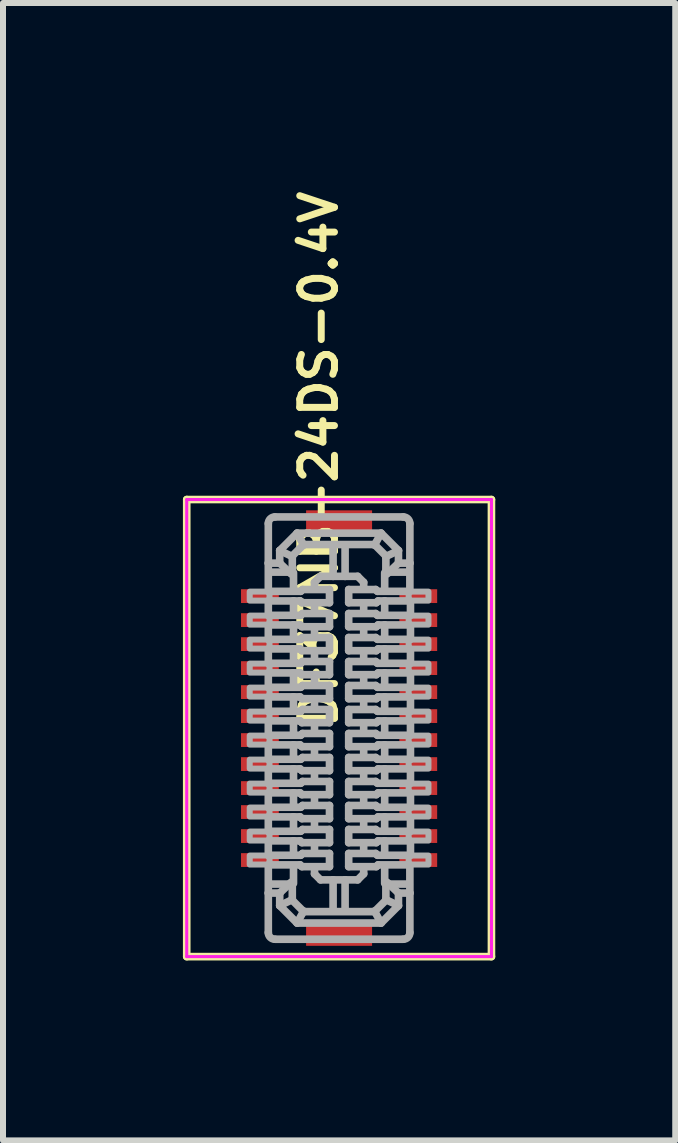
<source format=kicad_pcb>
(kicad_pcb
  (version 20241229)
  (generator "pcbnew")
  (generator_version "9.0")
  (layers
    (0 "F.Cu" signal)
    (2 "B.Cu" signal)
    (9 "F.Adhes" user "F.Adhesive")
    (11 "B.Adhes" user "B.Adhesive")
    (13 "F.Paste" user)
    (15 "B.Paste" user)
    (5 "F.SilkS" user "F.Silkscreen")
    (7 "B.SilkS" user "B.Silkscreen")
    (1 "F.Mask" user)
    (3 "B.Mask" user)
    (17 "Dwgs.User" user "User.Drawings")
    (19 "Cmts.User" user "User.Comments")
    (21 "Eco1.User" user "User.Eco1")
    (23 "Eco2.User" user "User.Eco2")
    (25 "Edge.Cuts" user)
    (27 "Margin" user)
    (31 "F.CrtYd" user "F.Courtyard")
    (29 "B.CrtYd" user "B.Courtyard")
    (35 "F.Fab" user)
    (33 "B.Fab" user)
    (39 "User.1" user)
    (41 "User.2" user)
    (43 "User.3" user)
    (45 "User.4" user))
  (footprint "DF37NB-24DS-0.4V"
    (layer "F.Cu")
    (at 2.603 9.088)
    (property "Reference" "DF37NB-24DS-0.4V" (at 0 0.051 270) (layer "F.SilkS") (effects (font (size 0.579 0.579) (thickness 0.116)) (justify left bottom)))
    (attr through_hole)
    (fp_line (start -2.54 -3.81) (end 2.54 -3.81) (stroke (width 0.127) (type solid)) (layer "F.SilkS"))
    (fp_line (start -2.54 3.81) (end -2.54 -3.81) (stroke (width 0.127) (type solid)) (layer "F.SilkS"))
    (fp_line (start 2.54 -3.81) (end 2.54 3.81) (stroke (width 0.127) (type solid)) (layer "F.SilkS"))
    (fp_line (start 2.54 3.81) (end -2.54 3.81) (stroke (width 0.127) (type solid)) (layer "F.SilkS"))
    (fp_line (start -2.54 -3.81) (end 2.54 -3.81) (stroke (width 0.051) (type solid)) (layer "F.CrtYd"))
    (fp_line (start -2.54 3.81) (end -2.54 -3.81) (stroke (width 0.051) (type solid)) (layer "F.CrtYd"))
    (fp_line (start 2.54 -3.81) (end 2.54 3.81) (stroke (width 0.051) (type solid)) (layer "F.CrtYd"))
    (fp_line (start 2.54 3.81) (end -2.54 3.81) (stroke (width 0.051) (type solid)) (layer "F.CrtYd"))
    (fp_line (start -1.18 -2.75) (end -1.18 -3.41) (stroke (width 0.127) (type solid)) (layer "F.Fab"))
    (fp_line (start -1.18 -2.75) (end -0.99 -2.75) (stroke (width 0.127) (type solid)) (layer "F.Fab"))
    (fp_line (start -1.18 -2.32) (end -1.18 -2.75) (stroke (width 0.127) (type solid)) (layer "F.Fab"))
    (fp_line (start -1.18 -2.28) (end -0.64 -2.28) (stroke (width 0.127) (type solid)) (layer "F.Fab"))
    (fp_line (start -1.18 -2.11) (end -1.18 -1.88) (stroke (width 0.127) (type solid)) (layer "F.Fab"))
    (fp_line (start -1.18 -1.88) (end -0.64 -1.88) (stroke (width 0.127) (type solid)) (layer "F.Fab"))
    (fp_line (start -1.18 -1.71) (end -1.18 -1.48) (stroke (width 0.127) (type solid)) (layer "F.Fab"))
    (fp_line (start -1.18 -1.48) (end -0.64 -1.48) (stroke (width 0.127) (type solid)) (layer "F.Fab"))
    (fp_line (start -1.18 -1.31) (end -1.18 -1.08) (stroke (width 0.127) (type solid)) (layer "F.Fab"))
    (fp_line (start -1.18 -1.08) (end -0.64 -1.08) (stroke (width 0.127) (type solid)) (layer "F.Fab"))
    (fp_line (start -1.18 -0.91) (end -1.18 -0.68) (stroke (width 0.127) (type solid)) (layer "F.Fab"))
    (fp_line (start -1.18 -0.68) (end -0.64 -0.68) (stroke (width 0.127) (type solid)) (layer "F.Fab"))
    (fp_line (start -1.18 -0.51) (end -1.18 -0.28) (stroke (width 0.127) (type solid)) (layer "F.Fab"))
    (fp_line (start -1.18 -0.28) (end -0.64 -0.28) (stroke (width 0.127) (type solid)) (layer "F.Fab"))
    (fp_line (start -1.18 -0.11) (end -1.18 0.12) (stroke (width 0.127) (type solid)) (layer "F.Fab"))
    (fp_line (start -1.18 0.12) (end -0.64 0.12) (stroke (width 0.127) (type solid)) (layer "F.Fab"))
    (fp_line (start -1.18 0.29) (end -1.18 0.52) (stroke (width 0.127) (type solid)) (layer "F.Fab"))
    (fp_line (start -1.18 0.52) (end -0.64 0.52) (stroke (width 0.127) (type solid)) (layer "F.Fab"))
    (fp_line (start -1.18 0.69) (end -1.18 0.92) (stroke (width 0.127) (type solid)) (layer "F.Fab"))
    (fp_line (start -1.18 0.92) (end -0.64 0.92) (stroke (width 0.127) (type solid)) (layer "F.Fab"))
    (fp_line (start -1.18 1.09) (end -1.18 1.32) (stroke (width 0.127) (type solid)) (layer "F.Fab"))
    (fp_line (start -1.18 1.32) (end -0.64 1.32) (stroke (width 0.127) (type solid)) (layer "F.Fab"))
    (fp_line (start -1.18 1.49) (end -1.18 1.72) (stroke (width 0.127) (type solid)) (layer "F.Fab"))
    (fp_line (start -1.18 1.72) (end -0.64 1.72) (stroke (width 0.127) (type solid)) (layer "F.Fab"))
    (fp_line (start -1.18 1.89) (end -1.18 2.12) (stroke (width 0.127) (type solid)) (layer "F.Fab"))
    (fp_line (start -1.18 2.12) (end -0.64 2.12) (stroke (width 0.127) (type solid)) (layer "F.Fab"))
    (fp_line (start -1.18 2.32) (end -1.18 2.75) (stroke (width 0.127) (type solid)) (layer "F.Fab"))
    (fp_line (start -1.18 2.75) (end -1.18 3.41) (stroke (width 0.127) (type solid)) (layer "F.Fab"))
    (fp_line (start -1.18 2.75) (end -0.99 2.75) (stroke (width 0.127) (type solid)) (layer "F.Fab"))
    (fp_line (start -1.17 -2.6) (end -0.78 -2.6) (stroke (width 0.127) (type solid)) (layer "F.Fab"))
    (fp_line (start -1.17 2.6) (end -0.78 2.6) (stroke (width 0.127) (type solid)) (layer "F.Fab"))
    (fp_line (start -1.07 -3.52) (end 1.07 -3.52) (stroke (width 0.127) (type solid)) (layer "F.Fab"))
    (fp_line (start -0.99 -2.96) (end -0.7 -3.25) (stroke (width 0.127) (type solid)) (layer "F.Fab"))
    (fp_line (start -0.99 -2.75) (end -0.99 -2.96) (stroke (width 0.127) (type solid)) (layer "F.Fab"))
    (fp_line (start -0.99 2.75) (end -0.99 2.96) (stroke (width 0.127) (type solid)) (layer "F.Fab"))
    (fp_line (start -0.99 2.96) (end -0.7 3.25) (stroke (width 0.127) (type solid)) (layer "F.Fab"))
    (fp_line (start -0.8 -2.57) (end -1 -2.76) (stroke (width 0.127) (type solid)) (layer "F.Fab"))
    (fp_line (start -0.8 2.57) (end -1 2.76) (stroke (width 0.127) (type solid)) (layer "F.Fab"))
    (fp_line (start -0.78 -2.87) (end -0.59 -3.06) (stroke (width 0.127) (type solid)) (layer "F.Fab"))
    (fp_line (start -0.78 -2.86) (end -0.99 -2.96) (stroke (width 0.127) (type solid)) (layer "F.Fab"))
    (fp_line (start -0.78 -2.86) (end -0.78 -2.87) (stroke (width 0.127) (type solid)) (layer "F.Fab"))
    (fp_line (start -0.78 -2.6) (end -0.78 -2.86) (stroke (width 0.127) (type solid)) (layer "F.Fab"))
    (fp_line (start -0.78 2.6) (end -0.78 2.86) (stroke (width 0.127) (type solid)) (layer "F.Fab"))
    (fp_line (start -0.78 2.86) (end -0.99 2.96) (stroke (width 0.127) (type solid)) (layer "F.Fab"))
    (fp_line (start -0.78 2.86) (end -0.78 2.87) (stroke (width 0.127) (type solid)) (layer "F.Fab"))
    (fp_line (start -0.78 2.87) (end -0.59 3.06) (stroke (width 0.127) (type solid)) (layer "F.Fab"))
    (fp_line (start -0.76 -2.32) (end -0.76 -2.59) (stroke (width 0.127) (type solid)) (layer "F.Fab"))
    (fp_line (start -0.76 -2.12) (end -1.18 -2.12) (stroke (width 0.127) (type solid)) (layer "F.Fab"))
    (fp_line (start -0.76 -1.92) (end -0.76 -2.12) (stroke (width 0.127) (type solid)) (layer "F.Fab"))
    (fp_line (start -0.76 -1.72) (end -1.18 -1.72) (stroke (width 0.127) (type solid)) (layer "F.Fab"))
    (fp_line (start -0.76 -1.52) (end -0.76 -1.72) (stroke (width 0.127) (type solid)) (layer "F.Fab"))
    (fp_line (start -0.76 -1.32) (end -1.18 -1.32) (stroke (width 0.127) (type solid)) (layer "F.Fab"))
    (fp_line (start -0.76 -1.12) (end -0.76 -1.32) (stroke (width 0.127) (type solid)) (layer "F.Fab"))
    (fp_line (start -0.76 -0.92) (end -1.18 -0.92) (stroke (width 0.127) (type solid)) (layer "F.Fab"))
    (fp_line (start -0.76 -0.72) (end -0.76 -0.92) (stroke (width 0.127) (type solid)) (layer "F.Fab"))
    (fp_line (start -0.76 -0.52) (end -1.18 -0.52) (stroke (width 0.127) (type solid)) (layer "F.Fab"))
    (fp_line (start -0.76 -0.32) (end -0.76 -0.52) (stroke (width 0.127) (type solid)) (layer "F.Fab"))
    (fp_line (start -0.76 -0.12) (end -1.18 -0.12) (stroke (width 0.127) (type solid)) (layer "F.Fab"))
    (fp_line (start -0.76 0.08) (end -0.76 -0.12) (stroke (width 0.127) (type solid)) (layer "F.Fab"))
    (fp_line (start -0.76 0.28) (end -1.18 0.28) (stroke (width 0.127) (type solid)) (layer "F.Fab"))
    (fp_line (start -0.76 0.48) (end -0.76 0.28) (stroke (width 0.127) (type solid)) (layer "F.Fab"))
    (fp_line (start -0.76 0.68) (end -1.18 0.68) (stroke (width 0.127) (type solid)) (layer "F.Fab"))
    (fp_line (start -0.76 0.88) (end -0.76 0.68) (stroke (width 0.127) (type solid)) (layer "F.Fab"))
    (fp_line (start -0.76 1.08) (end -1.18 1.08) (stroke (width 0.127) (type solid)) (layer "F.Fab"))
    (fp_line (start -0.76 1.28) (end -0.76 1.08) (stroke (width 0.127) (type solid)) (layer "F.Fab"))
    (fp_line (start -0.76 1.48) (end -1.18 1.48) (stroke (width 0.127) (type solid)) (layer "F.Fab"))
    (fp_line (start -0.76 1.68) (end -0.76 1.48) (stroke (width 0.127) (type solid)) (layer "F.Fab"))
    (fp_line (start -0.76 1.88) (end -1.18 1.88) (stroke (width 0.127) (type solid)) (layer "F.Fab"))
    (fp_line (start -0.76 2.08) (end -0.76 1.88) (stroke (width 0.127) (type solid)) (layer "F.Fab"))
    (fp_line (start -0.76 2.32) (end -0.76 2.59) (stroke (width 0.127) (type solid)) (layer "F.Fab"))
    (fp_line (start -0.7 -3.25) (end 0.7 -3.25) (stroke (width 0.127) (type solid)) (layer "F.Fab"))
    (fp_line (start -0.65 -2.12) (end -0.76 -2.12) (stroke (width 0.127) (type solid)) (layer "F.Fab"))
    (fp_line (start -0.65 -1.72) (end -0.76 -1.72) (stroke (width 0.127) (type solid)) (layer "F.Fab"))
    (fp_line (start -0.65 -1.32) (end -0.76 -1.32) (stroke (width 0.127) (type solid)) (layer "F.Fab"))
    (fp_line (start -0.65 -0.92) (end -0.76 -0.92) (stroke (width 0.127) (type solid)) (layer "F.Fab"))
    (fp_line (start -0.65 -0.52) (end -0.76 -0.52) (stroke (width 0.127) (type solid)) (layer "F.Fab"))
    (fp_line (start -0.65 -0.12) (end -0.76 -0.12) (stroke (width 0.127) (type solid)) (layer "F.Fab"))
    (fp_line (start -0.65 0.28) (end -0.76 0.28) (stroke (width 0.127) (type solid)) (layer "F.Fab"))
    (fp_line (start -0.65 0.68) (end -0.76 0.68) (stroke (width 0.127) (type solid)) (layer "F.Fab"))
    (fp_line (start -0.65 1.08) (end -0.76 1.08) (stroke (width 0.127) (type solid)) (layer "F.Fab"))
    (fp_line (start -0.65 1.48) (end -0.76 1.48) (stroke (width 0.127) (type solid)) (layer "F.Fab"))
    (fp_line (start -0.65 1.88) (end -0.76 1.88) (stroke (width 0.127) (type solid)) (layer "F.Fab"))
    (fp_line (start -0.65 2.28) (end -1.18 2.28) (stroke (width 0.127) (type solid)) (layer "F.Fab"))
    (fp_line (start -0.64 -2.28) (end -0.61 -2.31) (stroke (width 0.127) (type solid)) (layer "F.Fab"))
    (fp_line (start -0.64 -1.88) (end -0.61 -1.91) (stroke (width 0.127) (type solid)) (layer "F.Fab"))
    (fp_line (start -0.64 -1.48) (end -0.61 -1.51) (stroke (width 0.127) (type solid)) (layer "F.Fab"))
    (fp_line (start -0.64 -1.08) (end -0.61 -1.11) (stroke (width 0.127) (type solid)) (layer "F.Fab"))
    (fp_line (start -0.64 -0.68) (end -0.61 -0.71) (stroke (width 0.127) (type solid)) (layer "F.Fab"))
    (fp_line (start -0.64 -0.28) (end -0.61 -0.31) (stroke (width 0.127) (type solid)) (layer "F.Fab"))
    (fp_line (start -0.64 0.12) (end -0.61 0.09) (stroke (width 0.127) (type solid)) (layer "F.Fab"))
    (fp_line (start -0.64 0.52) (end -0.61 0.49) (stroke (width 0.127) (type solid)) (layer "F.Fab"))
    (fp_line (start -0.64 0.92) (end -0.61 0.89) (stroke (width 0.127) (type solid)) (layer "F.Fab"))
    (fp_line (start -0.64 1.32) (end -0.61 1.29) (stroke (width 0.127) (type solid)) (layer "F.Fab"))
    (fp_line (start -0.64 1.72) (end -0.61 1.69) (stroke (width 0.127) (type solid)) (layer "F.Fab"))
    (fp_line (start -0.64 2.12) (end -0.61 2.09) (stroke (width 0.127) (type solid)) (layer "F.Fab"))
    (fp_line (start -0.62 -2.09) (end -0.65 -2.12) (stroke (width 0.127) (type solid)) (layer "F.Fab"))
    (fp_line (start -0.62 -1.69) (end -0.65 -1.72) (stroke (width 0.127) (type solid)) (layer "F.Fab"))
    (fp_line (start -0.62 -1.29) (end -0.65 -1.32) (stroke (width 0.127) (type solid)) (layer "F.Fab"))
    (fp_line (start -0.62 -0.89) (end -0.65 -0.92) (stroke (width 0.127) (type solid)) (layer "F.Fab"))
    (fp_line (start -0.62 -0.49) (end -0.65 -0.52) (stroke (width 0.127) (type solid)) (layer "F.Fab"))
    (fp_line (start -0.62 -0.09) (end -0.65 -0.12) (stroke (width 0.127) (type solid)) (layer "F.Fab"))
    (fp_line (start -0.62 0.31) (end -0.65 0.28) (stroke (width 0.127) (type solid)) (layer "F.Fab"))
    (fp_line (start -0.62 0.71) (end -0.65 0.68) (stroke (width 0.127) (type solid)) (layer "F.Fab"))
    (fp_line (start -0.62 1.11) (end -0.65 1.08) (stroke (width 0.127) (type solid)) (layer "F.Fab"))
    (fp_line (start -0.62 1.51) (end -0.65 1.48) (stroke (width 0.127) (type solid)) (layer "F.Fab"))
    (fp_line (start -0.62 1.91) (end -0.65 1.88) (stroke (width 0.127) (type solid)) (layer "F.Fab"))
    (fp_line (start -0.62 2.31) (end -0.65 2.28) (stroke (width 0.127) (type solid)) (layer "F.Fab"))
    (fp_line (start -0.61 -2.31) (end -0.16 -2.31) (stroke (width 0.127) (type solid)) (layer "F.Fab"))
    (fp_line (start -0.61 -1.91) (end -0.16 -1.91) (stroke (width 0.127) (type solid)) (layer "F.Fab"))
    (fp_line (start -0.61 -1.51) (end -0.16 -1.51) (stroke (width 0.127) (type solid)) (layer "F.Fab"))
    (fp_line (start -0.61 -1.11) (end -0.16 -1.11) (stroke (width 0.127) (type solid)) (layer "F.Fab"))
    (fp_line (start -0.61 -0.71) (end -0.16 -0.71) (stroke (width 0.127) (type solid)) (layer "F.Fab"))
    (fp_line (start -0.61 -0.31) (end -0.16 -0.31) (stroke (width 0.127) (type solid)) (layer "F.Fab"))
    (fp_line (start -0.61 0.09) (end -0.16 0.09) (stroke (width 0.127) (type solid)) (layer "F.Fab"))
    (fp_line (start -0.61 0.49) (end -0.16 0.49) (stroke (width 0.127) (type solid)) (layer "F.Fab"))
    (fp_line (start -0.61 0.89) (end -0.16 0.89) (stroke (width 0.127) (type solid)) (layer "F.Fab"))
    (fp_line (start -0.61 1.29) (end -0.16 1.29) (stroke (width 0.127) (type solid)) (layer "F.Fab"))
    (fp_line (start -0.61 1.69) (end -0.16 1.69) (stroke (width 0.127) (type solid)) (layer "F.Fab"))
    (fp_line (start -0.61 2.09) (end -0.16 2.09) (stroke (width 0.127) (type solid)) (layer "F.Fab"))
    (fp_line (start -0.59 -3.06) (end 0.59 -3.06) (stroke (width 0.127) (type solid)) (layer "F.Fab"))
    (fp_line (start -0.59 -3.05) (end -0.7 -3.25) (stroke (width 0.127) (type solid)) (layer "F.Fab"))
    (fp_line (start -0.59 3.05) (end -0.7 3.25) (stroke (width 0.127) (type solid)) (layer "F.Fab"))
    (fp_line (start -0.41 -2.43) (end -0.41 -2.36) (stroke (width 0.127) (type solid)) (layer "F.Fab"))
    (fp_line (start -0.41 -2.03) (end -0.41 -1.96) (stroke (width 0.127) (type solid)) (layer "F.Fab"))
    (fp_line (start -0.41 -1.63) (end -0.41 -1.56) (stroke (width 0.127) (type solid)) (layer "F.Fab"))
    (fp_line (start -0.41 -1.23) (end -0.41 -1.16) (stroke (width 0.127) (type solid)) (layer "F.Fab"))
    (fp_line (start -0.41 -0.83) (end -0.41 -0.76) (stroke (width 0.127) (type solid)) (layer "F.Fab"))
    (fp_line (start -0.41 -0.43) (end -0.41 -0.36) (stroke (width 0.127) (type solid)) (layer "F.Fab"))
    (fp_line (start -0.41 -0.03) (end -0.41 0.04) (stroke (width 0.127) (type solid)) (layer "F.Fab"))
    (fp_line (start -0.41 0.37) (end -0.41 0.44) (stroke (width 0.127) (type solid)) (layer "F.Fab"))
    (fp_line (start -0.41 0.77) (end -0.41 0.84) (stroke (width 0.127) (type solid)) (layer "F.Fab"))
    (fp_line (start -0.41 1.17) (end -0.41 1.24) (stroke (width 0.127) (type solid)) (layer "F.Fab"))
    (fp_line (start -0.41 1.57) (end -0.41 1.64) (stroke (width 0.127) (type solid)) (layer "F.Fab"))
    (fp_line (start -0.41 1.97) (end -0.41 2.04) (stroke (width 0.127) (type solid)) (layer "F.Fab"))
    (fp_line (start -0.41 2.43) (end -0.41 2.36) (stroke (width 0.127) (type solid)) (layer "F.Fab"))
    (fp_line (start -0.31 -2.53) (end -0.41 -2.43) (stroke (width 0.127) (type solid)) (layer "F.Fab"))
    (fp_line (start -0.31 2.53) (end -0.41 2.43) (stroke (width 0.127) (type solid)) (layer "F.Fab"))
    (fp_line (start -0.16 -2.31) (end -0.16 -2.09) (stroke (width 0.127) (type solid)) (layer "F.Fab"))
    (fp_line (start -0.16 -2.09) (end -0.62 -2.09) (stroke (width 0.127) (type solid)) (layer "F.Fab"))
    (fp_line (start -0.16 -1.91) (end -0.16 -1.69) (stroke (width 0.127) (type solid)) (layer "F.Fab"))
    (fp_line (start -0.16 -1.69) (end -0.62 -1.69) (stroke (width 0.127) (type solid)) (layer "F.Fab"))
    (fp_line (start -0.16 -1.51) (end -0.16 -1.29) (stroke (width 0.127) (type solid)) (layer "F.Fab"))
    (fp_line (start -0.16 -1.29) (end -0.62 -1.29) (stroke (width 0.127) (type solid)) (layer "F.Fab"))
    (fp_line (start -0.16 -1.11) (end -0.16 -0.89) (stroke (width 0.127) (type solid)) (layer "F.Fab"))
    (fp_line (start -0.16 -0.89) (end -0.62 -0.89) (stroke (width 0.127) (type solid)) (layer "F.Fab"))
    (fp_line (start -0.16 -0.71) (end -0.16 -0.49) (stroke (width 0.127) (type solid)) (layer "F.Fab"))
    (fp_line (start -0.16 -0.49) (end -0.62 -0.49) (stroke (width 0.127) (type solid)) (layer "F.Fab"))
    (fp_line (start -0.16 -0.31) (end -0.16 -0.09) (stroke (width 0.127) (type solid)) (layer "F.Fab"))
    (fp_line (start -0.16 -0.09) (end -0.62 -0.09) (stroke (width 0.127) (type solid)) (layer "F.Fab"))
    (fp_line (start -0.16 0.09) (end -0.16 0.31) (stroke (width 0.127) (type solid)) (layer "F.Fab"))
    (fp_line (start -0.16 0.31) (end -0.62 0.31) (stroke (width 0.127) (type solid)) (layer "F.Fab"))
    (fp_line (start -0.16 0.49) (end -0.16 0.71) (stroke (width 0.127) (type solid)) (layer "F.Fab"))
    (fp_line (start -0.16 0.71) (end -0.62 0.71) (stroke (width 0.127) (type solid)) (layer "F.Fab"))
    (fp_line (start -0.16 0.89) (end -0.16 1.11) (stroke (width 0.127) (type solid)) (layer "F.Fab"))
    (fp_line (start -0.16 1.11) (end -0.62 1.11) (stroke (width 0.127) (type solid)) (layer "F.Fab"))
    (fp_line (start -0.16 1.29) (end -0.16 1.51) (stroke (width 0.127) (type solid)) (layer "F.Fab"))
    (fp_line (start -0.16 1.51) (end -0.62 1.51) (stroke (width 0.127) (type solid)) (layer "F.Fab"))
    (fp_line (start -0.16 1.69) (end -0.16 1.91) (stroke (width 0.127) (type solid)) (layer "F.Fab"))
    (fp_line (start -0.16 1.91) (end -0.62 1.91) (stroke (width 0.127) (type solid)) (layer "F.Fab"))
    (fp_line (start -0.16 2.09) (end -0.16 2.31) (stroke (width 0.127) (type solid)) (layer "F.Fab"))
    (fp_line (start -0.16 2.31) (end -0.62 2.31) (stroke (width 0.127) (type solid)) (layer "F.Fab"))
    (fp_line (start -0.1 -3.05) (end -0.1 -2.53) (stroke (width 0.127) (type solid)) (layer "F.Fab"))
    (fp_line (start -0.1 -2.53) (end -0.31 -2.53) (stroke (width 0.127) (type solid)) (layer "F.Fab"))
    (fp_line (start -0.1 -2.53) (end 0.1 -2.53) (stroke (width 0.127) (type solid)) (layer "F.Fab"))
    (fp_line (start -0.1 2.53) (end -0.31 2.53) (stroke (width 0.127) (type solid)) (layer "F.Fab"))
    (fp_line (start -0.1 3.05) (end -0.1 2.53) (stroke (width 0.127) (type solid)) (layer "F.Fab"))
    (fp_line (start 0.1 -3.05) (end 0.1 -2.53) (stroke (width 0.127) (type solid)) (layer "F.Fab"))
    (fp_line (start 0.1 -2.53) (end 0.31 -2.53) (stroke (width 0.127) (type solid)) (layer "F.Fab"))
    (fp_line (start 0.1 2.53) (end -0.1 2.53) (stroke (width 0.127) (type solid)) (layer "F.Fab"))
    (fp_line (start 0.1 2.53) (end 0.31 2.53) (stroke (width 0.127) (type solid)) (layer "F.Fab"))
    (fp_line (start 0.1 3.05) (end 0.1 2.53) (stroke (width 0.127) (type solid)) (layer "F.Fab"))
    (fp_line (start 0.16 -2.31) (end 0.16 -2.09) (stroke (width 0.127) (type solid)) (layer "F.Fab"))
    (fp_line (start 0.16 -2.09) (end 0.62 -2.09) (stroke (width 0.127) (type solid)) (layer "F.Fab"))
    (fp_line (start 0.16 -1.91) (end 0.16 -1.69) (stroke (width 0.127) (type solid)) (layer "F.Fab"))
    (fp_line (start 0.16 -1.69) (end 0.62 -1.69) (stroke (width 0.127) (type solid)) (layer "F.Fab"))
    (fp_line (start 0.16 -1.51) (end 0.16 -1.29) (stroke (width 0.127) (type solid)) (layer "F.Fab"))
    (fp_line (start 0.16 -1.29) (end 0.62 -1.29) (stroke (width 0.127) (type solid)) (layer "F.Fab"))
    (fp_line (start 0.16 -1.11) (end 0.16 -0.89) (stroke (width 0.127) (type solid)) (layer "F.Fab"))
    (fp_line (start 0.16 -0.89) (end 0.62 -0.89) (stroke (width 0.127) (type solid)) (layer "F.Fab"))
    (fp_line (start 0.16 -0.71) (end 0.16 -0.49) (stroke (width 0.127) (type solid)) (layer "F.Fab"))
    (fp_line (start 0.16 -0.49) (end 0.62 -0.49) (stroke (width 0.127) (type solid)) (layer "F.Fab"))
    (fp_line (start 0.16 -0.31) (end 0.16 -0.09) (stroke (width 0.127) (type solid)) (layer "F.Fab"))
    (fp_line (start 0.16 -0.09) (end 0.62 -0.09) (stroke (width 0.127) (type solid)) (layer "F.Fab"))
    (fp_line (start 0.16 0.09) (end 0.16 0.31) (stroke (width 0.127) (type solid)) (layer "F.Fab"))
    (fp_line (start 0.16 0.31) (end 0.62 0.31) (stroke (width 0.127) (type solid)) (layer "F.Fab"))
    (fp_line (start 0.16 0.49) (end 0.16 0.71) (stroke (width 0.127) (type solid)) (layer "F.Fab"))
    (fp_line (start 0.16 0.71) (end 0.62 0.71) (stroke (width 0.127) (type solid)) (layer "F.Fab"))
    (fp_line (start 0.16 0.89) (end 0.16 1.11) (stroke (width 0.127) (type solid)) (layer "F.Fab"))
    (fp_line (start 0.16 1.11) (end 0.62 1.11) (stroke (width 0.127) (type solid)) (layer "F.Fab"))
    (fp_line (start 0.16 1.29) (end 0.16 1.51) (stroke (width 0.127) (type solid)) (layer "F.Fab"))
    (fp_line (start 0.16 1.51) (end 0.62 1.51) (stroke (width 0.127) (type solid)) (layer "F.Fab"))
    (fp_line (start 0.16 1.69) (end 0.16 1.91) (stroke (width 0.127) (type solid)) (layer "F.Fab"))
    (fp_line (start 0.16 1.91) (end 0.62 1.91) (stroke (width 0.127) (type solid)) (layer "F.Fab"))
    (fp_line (start 0.16 2.09) (end 0.16 2.31) (stroke (width 0.127) (type solid)) (layer "F.Fab"))
    (fp_line (start 0.16 2.31) (end 0.62 2.31) (stroke (width 0.127) (type solid)) (layer "F.Fab"))
    (fp_line (start 0.31 -2.53) (end 0.41 -2.43) (stroke (width 0.127) (type solid)) (layer "F.Fab"))
    (fp_line (start 0.31 2.53) (end 0.41 2.43) (stroke (width 0.127) (type solid)) (layer "F.Fab"))
    (fp_line (start 0.41 -2.43) (end 0.41 -2.36) (stroke (width 0.127) (type solid)) (layer "F.Fab"))
    (fp_line (start 0.41 -2.03) (end 0.41 -1.96) (stroke (width 0.127) (type solid)) (layer "F.Fab"))
    (fp_line (start 0.41 -1.63) (end 0.41 -1.56) (stroke (width 0.127) (type solid)) (layer "F.Fab"))
    (fp_line (start 0.41 -1.23) (end 0.41 -1.16) (stroke (width 0.127) (type solid)) (layer "F.Fab"))
    (fp_line (start 0.41 -0.83) (end 0.41 -0.76) (stroke (width 0.127) (type solid)) (layer "F.Fab"))
    (fp_line (start 0.41 -0.43) (end 0.41 -0.36) (stroke (width 0.127) (type solid)) (layer "F.Fab"))
    (fp_line (start 0.41 -0.03) (end 0.41 0.04) (stroke (width 0.127) (type solid)) (layer "F.Fab"))
    (fp_line (start 0.41 0.37) (end 0.41 0.44) (stroke (width 0.127) (type solid)) (layer "F.Fab"))
    (fp_line (start 0.41 0.77) (end 0.41 0.84) (stroke (width 0.127) (type solid)) (layer "F.Fab"))
    (fp_line (start 0.41 1.17) (end 0.41 1.24) (stroke (width 0.127) (type solid)) (layer "F.Fab"))
    (fp_line (start 0.41 1.57) (end 0.41 1.64) (stroke (width 0.127) (type solid)) (layer "F.Fab"))
    (fp_line (start 0.41 1.97) (end 0.41 2.04) (stroke (width 0.127) (type solid)) (layer "F.Fab"))
    (fp_line (start 0.41 2.43) (end 0.41 2.36) (stroke (width 0.127) (type solid)) (layer "F.Fab"))
    (fp_line (start 0.59 -3.05) (end 0.7 -3.25) (stroke (width 0.127) (type solid)) (layer "F.Fab"))
    (fp_line (start 0.59 3.05) (end 0.7 3.25) (stroke (width 0.127) (type solid)) (layer "F.Fab"))
    (fp_line (start 0.59 3.06) (end -0.59 3.06) (stroke (width 0.127) (type solid)) (layer "F.Fab"))
    (fp_line (start 0.61 -2.31) (end 0.16 -2.31) (stroke (width 0.127) (type solid)) (layer "F.Fab"))
    (fp_line (start 0.61 -1.91) (end 0.16 -1.91) (stroke (width 0.127) (type solid)) (layer "F.Fab"))
    (fp_line (start 0.61 -1.51) (end 0.16 -1.51) (stroke (width 0.127) (type solid)) (layer "F.Fab"))
    (fp_line (start 0.61 -1.11) (end 0.16 -1.11) (stroke (width 0.127) (type solid)) (layer "F.Fab"))
    (fp_line (start 0.61 -0.71) (end 0.16 -0.71) (stroke (width 0.127) (type solid)) (layer "F.Fab"))
    (fp_line (start 0.61 -0.31) (end 0.16 -0.31) (stroke (width 0.127) (type solid)) (layer "F.Fab"))
    (fp_line (start 0.61 0.09) (end 0.16 0.09) (stroke (width 0.127) (type solid)) (layer "F.Fab"))
    (fp_line (start 0.61 0.49) (end 0.16 0.49) (stroke (width 0.127) (type solid)) (layer "F.Fab"))
    (fp_line (start 0.61 0.89) (end 0.16 0.89) (stroke (width 0.127) (type solid)) (layer "F.Fab"))
    (fp_line (start 0.61 1.29) (end 0.16 1.29) (stroke (width 0.127) (type solid)) (layer "F.Fab"))
    (fp_line (start 0.61 1.69) (end 0.16 1.69) (stroke (width 0.127) (type solid)) (layer "F.Fab"))
    (fp_line (start 0.61 2.09) (end 0.16 2.09) (stroke (width 0.127) (type solid)) (layer "F.Fab"))
    (fp_line (start 0.62 -2.09) (end 0.65 -2.12) (stroke (width 0.127) (type solid)) (layer "F.Fab"))
    (fp_line (start 0.62 -1.69) (end 0.65 -1.72) (stroke (width 0.127) (type solid)) (layer "F.Fab"))
    (fp_line (start 0.62 -1.29) (end 0.65 -1.32) (stroke (width 0.127) (type solid)) (layer "F.Fab"))
    (fp_line (start 0.62 -0.89) (end 0.65 -0.92) (stroke (width 0.127) (type solid)) (layer "F.Fab"))
    (fp_line (start 0.62 -0.49) (end 0.65 -0.52) (stroke (width 0.127) (type solid)) (layer "F.Fab"))
    (fp_line (start 0.62 -0.09) (end 0.65 -0.12) (stroke (width 0.127) (type solid)) (layer "F.Fab"))
    (fp_line (start 0.62 0.31) (end 0.65 0.28) (stroke (width 0.127) (type solid)) (layer "F.Fab"))
    (fp_line (start 0.62 0.71) (end 0.65 0.68) (stroke (width 0.127) (type solid)) (layer "F.Fab"))
    (fp_line (start 0.62 1.11) (end 0.65 1.08) (stroke (width 0.127) (type solid)) (layer "F.Fab"))
    (fp_line (start 0.62 1.51) (end 0.65 1.48) (stroke (width 0.127) (type solid)) (layer "F.Fab"))
    (fp_line (start 0.62 1.91) (end 0.65 1.88) (stroke (width 0.127) (type solid)) (layer "F.Fab"))
    (fp_line (start 0.62 2.31) (end 0.65 2.28) (stroke (width 0.127) (type solid)) (layer "F.Fab"))
    (fp_line (start 0.64 -2.28) (end 0.61 -2.31) (stroke (width 0.127) (type solid)) (layer "F.Fab"))
    (fp_line (start 0.64 -1.88) (end 0.61 -1.91) (stroke (width 0.127) (type solid)) (layer "F.Fab"))
    (fp_line (start 0.64 -1.48) (end 0.61 -1.51) (stroke (width 0.127) (type solid)) (layer "F.Fab"))
    (fp_line (start 0.64 -1.08) (end 0.61 -1.11) (stroke (width 0.127) (type solid)) (layer "F.Fab"))
    (fp_line (start 0.64 -0.68) (end 0.61 -0.71) (stroke (width 0.127) (type solid)) (layer "F.Fab"))
    (fp_line (start 0.64 -0.28) (end 0.61 -0.31) (stroke (width 0.127) (type solid)) (layer "F.Fab"))
    (fp_line (start 0.64 0.12) (end 0.61 0.09) (stroke (width 0.127) (type solid)) (layer "F.Fab"))
    (fp_line (start 0.64 0.52) (end 0.61 0.49) (stroke (width 0.127) (type solid)) (layer "F.Fab"))
    (fp_line (start 0.64 0.92) (end 0.61 0.89) (stroke (width 0.127) (type solid)) (layer "F.Fab"))
    (fp_line (start 0.64 1.32) (end 0.61 1.29) (stroke (width 0.127) (type solid)) (layer "F.Fab"))
    (fp_line (start 0.64 1.72) (end 0.61 1.69) (stroke (width 0.127) (type solid)) (layer "F.Fab"))
    (fp_line (start 0.64 2.12) (end 0.61 2.09) (stroke (width 0.127) (type solid)) (layer "F.Fab"))
    (fp_line (start 0.65 -2.12) (end 0.76 -2.12) (stroke (width 0.127) (type solid)) (layer "F.Fab"))
    (fp_line (start 0.65 -1.72) (end 0.76 -1.72) (stroke (width 0.127) (type solid)) (layer "F.Fab"))
    (fp_line (start 0.65 -1.32) (end 0.76 -1.32) (stroke (width 0.127) (type solid)) (layer "F.Fab"))
    (fp_line (start 0.65 -0.92) (end 0.76 -0.92) (stroke (width 0.127) (type solid)) (layer "F.Fab"))
    (fp_line (start 0.65 -0.52) (end 0.76 -0.52) (stroke (width 0.127) (type solid)) (layer "F.Fab"))
    (fp_line (start 0.65 -0.12) (end 0.76 -0.12) (stroke (width 0.127) (type solid)) (layer "F.Fab"))
    (fp_line (start 0.65 0.28) (end 0.76 0.28) (stroke (width 0.127) (type solid)) (layer "F.Fab"))
    (fp_line (start 0.65 0.68) (end 0.76 0.68) (stroke (width 0.127) (type solid)) (layer "F.Fab"))
    (fp_line (start 0.65 1.08) (end 0.76 1.08) (stroke (width 0.127) (type solid)) (layer "F.Fab"))
    (fp_line (start 0.65 1.48) (end 0.76 1.48) (stroke (width 0.127) (type solid)) (layer "F.Fab"))
    (fp_line (start 0.65 1.88) (end 0.76 1.88) (stroke (width 0.127) (type solid)) (layer "F.Fab"))
    (fp_line (start 0.65 2.28) (end 1.18 2.28) (stroke (width 0.127) (type solid)) (layer "F.Fab"))
    (fp_line (start 0.7 3.25) (end -0.7 3.25) (stroke (width 0.127) (type solid)) (layer "F.Fab"))
    (fp_line (start 0.76 -2.32) (end 0.76 -2.59) (stroke (width 0.127) (type solid)) (layer "F.Fab"))
    (fp_line (start 0.76 -2.12) (end 1.18 -2.12) (stroke (width 0.127) (type solid)) (layer "F.Fab"))
    (fp_line (start 0.76 -1.92) (end 0.76 -2.12) (stroke (width 0.127) (type solid)) (layer "F.Fab"))
    (fp_line (start 0.76 -1.72) (end 1.18 -1.72) (stroke (width 0.127) (type solid)) (layer "F.Fab"))
    (fp_line (start 0.76 -1.52) (end 0.76 -1.72) (stroke (width 0.127) (type solid)) (layer "F.Fab"))
    (fp_line (start 0.76 -1.32) (end 1.18 -1.32) (stroke (width 0.127) (type solid)) (layer "F.Fab"))
    (fp_line (start 0.76 -1.12) (end 0.76 -1.32) (stroke (width 0.127) (type solid)) (layer "F.Fab"))
    (fp_line (start 0.76 -0.92) (end 1.18 -0.92) (stroke (width 0.127) (type solid)) (layer "F.Fab"))
    (fp_line (start 0.76 -0.72) (end 0.76 -0.92) (stroke (width 0.127) (type solid)) (layer "F.Fab"))
    (fp_line (start 0.76 -0.52) (end 1.18 -0.52) (stroke (width 0.127) (type solid)) (layer "F.Fab"))
    (fp_line (start 0.76 -0.32) (end 0.76 -0.52) (stroke (width 0.127) (type solid)) (layer "F.Fab"))
    (fp_line (start 0.76 -0.12) (end 1.18 -0.12) (stroke (width 0.127) (type solid)) (layer "F.Fab"))
    (fp_line (start 0.76 0.08) (end 0.76 -0.12) (stroke (width 0.127) (type solid)) (layer "F.Fab"))
    (fp_line (start 0.76 0.28) (end 1.18 0.28) (stroke (width 0.127) (type solid)) (layer "F.Fab"))
    (fp_line (start 0.76 0.48) (end 0.76 0.28) (stroke (width 0.127) (type solid)) (layer "F.Fab"))
    (fp_line (start 0.76 0.68) (end 1.18 0.68) (stroke (width 0.127) (type solid)) (layer "F.Fab"))
    (fp_line (start 0.76 0.88) (end 0.76 0.68) (stroke (width 0.127) (type solid)) (layer "F.Fab"))
    (fp_line (start 0.76 1.08) (end 1.18 1.08) (stroke (width 0.127) (type solid)) (layer "F.Fab"))
    (fp_line (start 0.76 1.28) (end 0.76 1.08) (stroke (width 0.127) (type solid)) (layer "F.Fab"))
    (fp_line (start 0.76 1.48) (end 1.18 1.48) (stroke (width 0.127) (type solid)) (layer "F.Fab"))
    (fp_line (start 0.76 1.68) (end 0.76 1.48) (stroke (width 0.127) (type solid)) (layer "F.Fab"))
    (fp_line (start 0.76 1.88) (end 1.18 1.88) (stroke (width 0.127) (type solid)) (layer "F.Fab"))
    (fp_line (start 0.76 2.08) (end 0.76 1.88) (stroke (width 0.127) (type solid)) (layer "F.Fab"))
    (fp_line (start 0.76 2.32) (end 0.76 2.59) (stroke (width 0.127) (type solid)) (layer "F.Fab"))
    (fp_line (start 0.78 -2.87) (end 0.59 -3.06) (stroke (width 0.127) (type solid)) (layer "F.Fab"))
    (fp_line (start 0.78 -2.86) (end 0.78 -2.87) (stroke (width 0.127) (type solid)) (layer "F.Fab"))
    (fp_line (start 0.78 -2.86) (end 0.99 -2.96) (stroke (width 0.127) (type solid)) (layer "F.Fab"))
    (fp_line (start 0.78 -2.6) (end 0.78 -2.86) (stroke (width 0.127) (type solid)) (layer "F.Fab"))
    (fp_line (start 0.78 2.6) (end 0.78 2.86) (stroke (width 0.127) (type solid)) (layer "F.Fab"))
    (fp_line (start 0.78 2.86) (end 0.78 2.87) (stroke (width 0.127) (type solid)) (layer "F.Fab"))
    (fp_line (start 0.78 2.86) (end 0.99 2.96) (stroke (width 0.127) (type solid)) (layer "F.Fab"))
    (fp_line (start 0.78 2.87) (end 0.59 3.06) (stroke (width 0.127) (type solid)) (layer "F.Fab"))
    (fp_line (start 0.8 -2.57) (end 1 -2.76) (stroke (width 0.127) (type solid)) (layer "F.Fab"))
    (fp_line (start 0.8 2.57) (end 1 2.76) (stroke (width 0.127) (type solid)) (layer "F.Fab"))
    (fp_line (start 0.99 -2.96) (end 0.7 -3.25) (stroke (width 0.127) (type solid)) (layer "F.Fab"))
    (fp_line (start 0.99 -2.75) (end 0.99 -2.96) (stroke (width 0.127) (type solid)) (layer "F.Fab"))
    (fp_line (start 0.99 2.75) (end 0.99 2.96) (stroke (width 0.127) (type solid)) (layer "F.Fab"))
    (fp_line (start 0.99 2.96) (end 0.7 3.25) (stroke (width 0.127) (type solid)) (layer "F.Fab"))
    (fp_line (start 1.07 3.52) (end -1.07 3.52) (stroke (width 0.127) (type solid)) (layer "F.Fab"))
    (fp_line (start 1.17 -2.6) (end 0.78 -2.6) (stroke (width 0.127) (type solid)) (layer "F.Fab"))
    (fp_line (start 1.17 2.6) (end 0.78 2.6) (stroke (width 0.127) (type solid)) (layer "F.Fab"))
    (fp_line (start 1.18 -2.75) (end 0.99 -2.75) (stroke (width 0.127) (type solid)) (layer "F.Fab"))
    (fp_line (start 1.18 -2.75) (end 1.18 -3.41) (stroke (width 0.127) (type solid)) (layer "F.Fab"))
    (fp_line (start 1.18 -2.32) (end 1.18 -2.75) (stroke (width 0.127) (type solid)) (layer "F.Fab"))
    (fp_line (start 1.18 -2.28) (end 0.64 -2.28) (stroke (width 0.127) (type solid)) (layer "F.Fab"))
    (fp_line (start 1.18 -1.88) (end 0.64 -1.88) (stroke (width 0.127) (type solid)) (layer "F.Fab"))
    (fp_line (start 1.18 -1.48) (end 0.64 -1.48) (stroke (width 0.127) (type solid)) (layer "F.Fab"))
    (fp_line (start 1.18 -1.08) (end 0.64 -1.08) (stroke (width 0.127) (type solid)) (layer "F.Fab"))
    (fp_line (start 1.18 -0.68) (end 0.64 -0.68) (stroke (width 0.127) (type solid)) (layer "F.Fab"))
    (fp_line (start 1.18 -0.28) (end 0.64 -0.28) (stroke (width 0.127) (type solid)) (layer "F.Fab"))
    (fp_line (start 1.18 0.12) (end 0.64 0.12) (stroke (width 0.127) (type solid)) (layer "F.Fab"))
    (fp_line (start 1.18 0.52) (end 0.64 0.52) (stroke (width 0.127) (type solid)) (layer "F.Fab"))
    (fp_line (start 1.18 0.92) (end 0.64 0.92) (stroke (width 0.127) (type solid)) (layer "F.Fab"))
    (fp_line (start 1.18 1.32) (end 0.64 1.32) (stroke (width 0.127) (type solid)) (layer "F.Fab"))
    (fp_line (start 1.18 1.72) (end 0.64 1.72) (stroke (width 0.127) (type solid)) (layer "F.Fab"))
    (fp_line (start 1.18 2.12) (end 0.64 2.12) (stroke (width 0.127) (type solid)) (layer "F.Fab"))
    (fp_line (start 1.18 2.32) (end 1.18 2.75) (stroke (width 0.127) (type solid)) (layer "F.Fab"))
    (fp_line (start 1.18 2.75) (end 0.99 2.75) (stroke (width 0.127) (type solid)) (layer "F.Fab"))
    (fp_line (start 1.18 2.75) (end 1.18 3.41) (stroke (width 0.127) (type solid)) (layer "F.Fab"))
    (fp_line (start 1.19 -2.11) (end 1.19 -1.88) (stroke (width 0.127) (type solid)) (layer "F.Fab"))
    (fp_line (start 1.19 -1.71) (end 1.19 -1.48) (stroke (width 0.127) (type solid)) (layer "F.Fab"))
    (fp_line (start 1.19 -1.31) (end 1.19 -1.08) (stroke (width 0.127) (type solid)) (layer "F.Fab"))
    (fp_line (start 1.19 -0.91) (end 1.19 -0.68) (stroke (width 0.127) (type solid)) (layer "F.Fab"))
    (fp_line (start 1.19 -0.51) (end 1.19 -0.28) (stroke (width 0.127) (type solid)) (layer "F.Fab"))
    (fp_line (start 1.19 -0.11) (end 1.19 0.12) (stroke (width 0.127) (type solid)) (layer "F.Fab"))
    (fp_line (start 1.19 0.29) (end 1.19 0.52) (stroke (width 0.127) (type solid)) (layer "F.Fab"))
    (fp_line (start 1.19 0.69) (end 1.19 0.92) (stroke (width 0.127) (type solid)) (layer "F.Fab"))
    (fp_line (start 1.19 1.09) (end 1.19 1.32) (stroke (width 0.127) (type solid)) (layer "F.Fab"))
    (fp_line (start 1.19 1.49) (end 1.19 1.72) (stroke (width 0.127) (type solid)) (layer "F.Fab"))
    (fp_line (start 1.19 1.89) (end 1.19 2.12) (stroke (width 0.127) (type solid)) (layer "F.Fab"))
    (fp_arc (start -1.18 -3.41) (mid -1.147782 -3.487782) (end -1.07 -3.52) (stroke (width 0.127) (type solid)) (layer "F.Fab"))
    (fp_arc (start -1.07 3.52) (mid -1.147782 3.487782) (end -1.18 3.41) (stroke (width 0.127) (type solid)) (layer "F.Fab"))
    (fp_arc (start 1.07 -3.52) (mid 1.147782 -3.487782) (end 1.18 -3.41) (stroke (width 0.127) (type solid)) (layer "F.Fab"))
    (fp_arc (start 1.18 3.41) (mid 1.147782 3.487782) (end 1.07 3.52) (stroke (width 0.127) (type solid)) (layer "F.Fab"))
    (fp_poly (pts (xy -1.49 -2.125) (xy -1.16 -2.125) (xy -1.16 -2.275) (xy -1.49 -2.275)) (stroke (width 0.1) (type solid)) (fill no) (layer "F.Fab"))
    (fp_poly (pts (xy -1.49 -1.725) (xy -1.16 -1.725) (xy -1.16 -1.875) (xy -1.49 -1.875)) (stroke (width 0.1) (type solid)) (fill no) (layer "F.Fab"))
    (fp_poly (pts (xy -1.49 -1.325) (xy -1.16 -1.325) (xy -1.16 -1.475) (xy -1.49 -1.475)) (stroke (width 0.1) (type solid)) (fill no) (layer "F.Fab"))
    (fp_poly (pts (xy -1.49 -0.925) (xy -1.16 -0.925) (xy -1.16 -1.075) (xy -1.49 -1.075)) (stroke (width 0.1) (type solid)) (fill no) (layer "F.Fab"))
    (fp_poly (pts (xy -1.49 -0.525) (xy -1.16 -0.525) (xy -1.16 -0.675) (xy -1.49 -0.675)) (stroke (width 0.1) (type solid)) (fill no) (layer "F.Fab"))
    (fp_poly (pts (xy -1.49 -0.125) (xy -1.16 -0.125) (xy -1.16 -0.275) (xy -1.49 -0.275)) (stroke (width 0.1) (type solid)) (fill no) (layer "F.Fab"))
    (fp_poly (pts (xy -1.49 0.275) (xy -1.16 0.275) (xy -1.16 0.125) (xy -1.49 0.125)) (stroke (width 0.1) (type solid)) (fill no) (layer "F.Fab"))
    (fp_poly (pts (xy -1.49 0.675) (xy -1.16 0.675) (xy -1.16 0.525) (xy -1.49 0.525)) (stroke (width 0.1) (type solid)) (fill no) (layer "F.Fab"))
    (fp_poly (pts (xy -1.49 1.075) (xy -1.16 1.075) (xy -1.16 0.925) (xy -1.49 0.925)) (stroke (width 0.1) (type solid)) (fill no) (layer "F.Fab"))
    (fp_poly (pts (xy -1.49 1.475) (xy -1.16 1.475) (xy -1.16 1.325) (xy -1.49 1.325)) (stroke (width 0.1) (type solid)) (fill no) (layer "F.Fab"))
    (fp_poly (pts (xy -1.49 1.875) (xy -1.16 1.875) (xy -1.16 1.725) (xy -1.49 1.725)) (stroke (width 0.1) (type solid)) (fill no) (layer "F.Fab"))
    (fp_poly (pts (xy -1.49 2.275) (xy -1.16 2.275) (xy -1.16 2.125) (xy -1.49 2.125)) (stroke (width 0.1) (type solid)) (fill no) (layer "F.Fab"))
    (fp_poly (pts (xy 1.49 -2.275) (xy 1.16 -2.275) (xy 1.16 -2.125) (xy 1.49 -2.125)) (stroke (width 0.1) (type solid)) (fill no) (layer "F.Fab"))
    (fp_poly (pts (xy 1.49 -1.875) (xy 1.16 -1.875) (xy 1.16 -1.725) (xy 1.49 -1.725)) (stroke (width 0.1) (type solid)) (fill no) (layer "F.Fab"))
    (fp_poly (pts (xy 1.49 -1.475) (xy 1.16 -1.475) (xy 1.16 -1.325) (xy 1.49 -1.325)) (stroke (width 0.1) (type solid)) (fill no) (layer "F.Fab"))
    (fp_poly (pts (xy 1.49 -1.075) (xy 1.16 -1.075) (xy 1.16 -0.925) (xy 1.49 -0.925)) (stroke (width 0.1) (type solid)) (fill no) (layer "F.Fab"))
    (fp_poly (pts (xy 1.49 -0.675) (xy 1.16 -0.675) (xy 1.16 -0.525) (xy 1.49 -0.525)) (stroke (width 0.1) (type solid)) (fill no) (layer "F.Fab"))
    (fp_poly (pts (xy 1.49 -0.275) (xy 1.16 -0.275) (xy 1.16 -0.125) (xy 1.49 -0.125)) (stroke (width 0.1) (type solid)) (fill no) (layer "F.Fab"))
    (fp_poly (pts (xy 1.49 0.125) (xy 1.16 0.125) (xy 1.16 0.275) (xy 1.49 0.275)) (stroke (width 0.1) (type solid)) (fill no) (layer "F.Fab"))
    (fp_poly (pts (xy 1.49 0.525) (xy 1.16 0.525) (xy 1.16 0.675) (xy 1.49 0.675)) (stroke (width 0.1) (type solid)) (fill no) (layer "F.Fab"))
    (fp_poly (pts (xy 1.49 0.925) (xy 1.16 0.925) (xy 1.16 1.075) (xy 1.49 1.075)) (stroke (width 0.1) (type solid)) (fill no) (layer "F.Fab"))
    (fp_poly (pts (xy 1.49 1.325) (xy 1.16 1.325) (xy 1.16 1.475) (xy 1.49 1.475)) (stroke (width 0.1) (type solid)) (fill no) (layer "F.Fab"))
    (fp_poly (pts (xy 1.49 1.725) (xy 1.16 1.725) (xy 1.16 1.875) (xy 1.49 1.875)) (stroke (width 0.1) (type solid)) (fill no) (layer "F.Fab"))
    (fp_poly (pts (xy 1.49 2.125) (xy 1.16 2.125) (xy 1.16 2.275) (xy 1.49 2.275)) (stroke (width 0.1) (type solid)) (fill no) (layer "F.Fab"))
    (pad "1" smd rect (at 1.32 -2.2) (size 0.63 0.23) (layers "F.Cu" "F.Mask" "F.Paste"))
    (pad "2" smd rect (at 1.32 -1.8) (size 0.63 0.23) (layers "F.Cu" "F.Mask" "F.Paste"))
    (pad "3" smd rect (at 1.32 -1.4) (size 0.63 0.23) (layers "F.Cu" "F.Mask" "F.Paste"))
    (pad "4" smd rect (at 1.32 -1) (size 0.63 0.23) (layers "F.Cu" "F.Mask" "F.Paste"))
    (pad "5" smd rect (at 1.32 -0.6) (size 0.63 0.23) (layers "F.Cu" "F.Mask" "F.Paste"))
    (pad "6" smd rect (at 1.32 -0.2) (size 0.63 0.23) (layers "F.Cu" "F.Mask" "F.Paste"))
    (pad "7" smd rect (at 1.32 0.2) (size 0.63 0.23) (layers "F.Cu" "F.Mask" "F.Paste"))
    (pad "8" smd rect (at 1.32 0.6) (size 0.63 0.23) (layers "F.Cu" "F.Mask" "F.Paste"))
    (pad "9" smd rect (at 1.32 1) (size 0.63 0.23) (layers "F.Cu" "F.Mask" "F.Paste"))
    (pad "10" smd rect (at 1.32 1.4) (size 0.63 0.23) (layers "F.Cu" "F.Mask" "F.Paste"))
    (pad "11" smd rect (at 1.32 1.8) (size 0.63 0.23) (layers "F.Cu" "F.Mask" "F.Paste"))
    (pad "12" smd rect (at 1.32 2.2) (size 0.63 0.23) (layers "F.Cu" "F.Mask" "F.Paste"))
    (pad "13" smd rect (at -1.32 2.2) (size 0.63 0.23) (layers "F.Cu" "F.Mask" "F.Paste"))
    (pad "14" smd rect (at -1.32 1.8) (size 0.63 0.23) (layers "F.Cu" "F.Mask" "F.Paste"))
    (pad "15" smd rect (at -1.32 1.4) (size 0.63 0.23) (layers "F.Cu" "F.Mask" "F.Paste"))
    (pad "16" smd rect (at -1.32 1) (size 0.63 0.23) (layers "F.Cu" "F.Mask" "F.Paste"))
    (pad "17" smd rect (at -1.32 0.6) (size 0.63 0.23) (layers "F.Cu" "F.Mask" "F.Paste"))
    (pad "18" smd rect (at -1.32 0.2) (size 0.63 0.23) (layers "F.Cu" "F.Mask" "F.Paste"))
    (pad "19" smd rect (at -1.32 -0.2) (size 0.63 0.23) (layers "F.Cu" "F.Mask" "F.Paste"))
    (pad "20" smd rect (at -1.32 -0.6) (size 0.63 0.23) (layers "F.Cu" "F.Mask" "F.Paste"))
    (pad "21" smd rect (at -1.32 -1) (size 0.63 0.23) (layers "F.Cu" "F.Mask" "F.Paste"))
    (pad "22" smd rect (at -1.32 -1.4) (size 0.63 0.23) (layers "F.Cu" "F.Mask" "F.Paste"))
    (pad "23" smd rect (at -1.32 -1.8) (size 0.63 0.23) (layers "F.Cu" "F.Mask" "F.Paste"))
    (pad "24" smd rect (at -1.32 -2.2) (size 0.63 0.23) (layers "F.Cu" "F.Mask" "F.Paste"))
    (pad "F$1" smd rect (at 0 -3.44) (size 1.1 0.38) (layers "F.Cu" "F.Mask" "F.Paste"))
    (pad "F$2" smd rect (at 0 3.44) (size 1.1 0.38) (layers "F.Cu" "F.Mask" "F.Paste")))
  (gr_rect
    (start -3 -3)
    (end 8.207 15.962)
    (stroke (width 0.1) (type default))
    (fill no)
    (layer "Edge.Cuts")))
</source>
